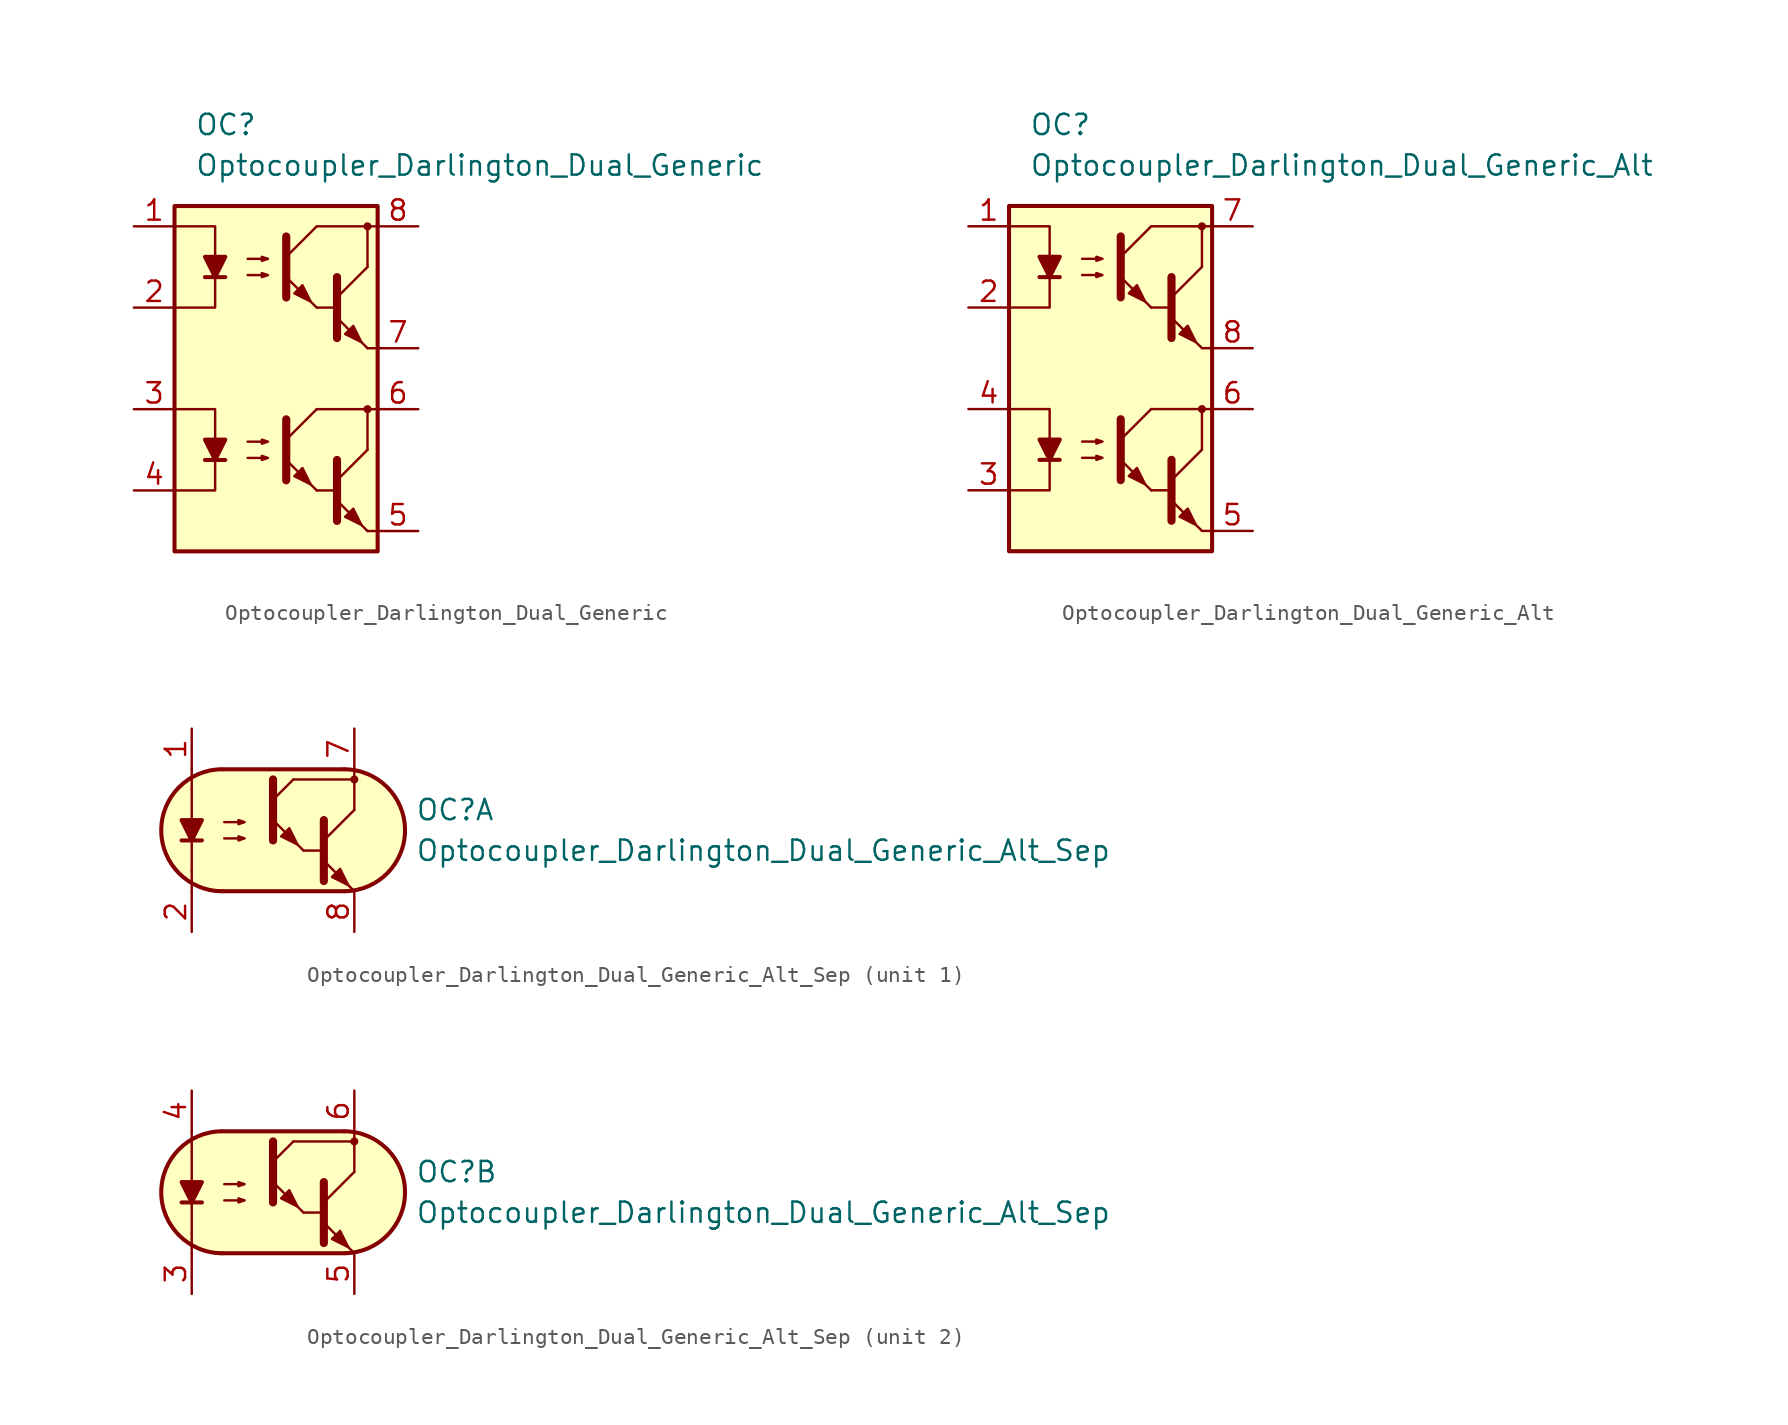
<source format=kicad_sym>
(kicad_symbol_lib
  (version 20211014)
  (generator kicad_symbol_editor)
  (symbol "Optocoupler_Darlington_Dual_Generic"
    (pin_names
      (offset 1.016))
    (property "Reference" "OC"
      (at -3.81 15.24 0)
      (effects (font (size 1.27 1.27)) (justify left)))
    (property "Value" "Optocoupler_Darlington_Dual_Generic"
      (at -3.81 12.7 0)
      (effects (font (size 1.27 1.27)) (justify left)))
    (symbol "Optocoupler_Darlington_Dual_Generic_0_1"
      (rectangle (start -5.08 10.16) (end 7.62 -11.43) (stroke (width 0.254) (type default) (color 0 0 0 0)) (fill (type background)))
      (polyline (pts (xy -3.175 5.715) (xy -1.905 5.715)) (stroke (width 0.254) (type default) (color 0 0 0 0)) (fill (type none)))
      (polyline (pts (xy 3.81 3.81) (xy 5.08 3.81)) (stroke (width 0) (type default) (color 0 0 0 0)) (fill (type none)))
      (polyline (pts (xy 5.08 4.445) (xy 6.985 6.35)) (stroke (width 0) (type default) (color 0 0 0 0)) (fill (type none)))
      (polyline (pts (xy 6.985 1.27) (xy 5.08 3.175)) (stroke (width 0) (type default) (color 0 0 0 0)) (fill (type outline)))
      (polyline (pts (xy 6.985 1.27) (xy 7.62 1.27)) (stroke (width 0) (type default) (color 0 0 0 0)) (fill (type none)))
      (polyline (pts (xy 6.985 6.35) (xy 6.985 8.89)) (stroke (width 0) (type default) (color 0 0 0 0)) (fill (type none)))
      (polyline (pts (xy 7.62 8.89) (xy 3.81 8.89)) (stroke (width 0) (type default) (color 0 0 0 0)) (fill (type none)))
      (polyline (pts (xy -5.08 8.89) (xy -2.54 8.89) (xy -2.54 5.715)) (stroke (width 0) (type default) (color 0 0 0 0)) (fill (type none)))
      (polyline (pts (xy -2.54 5.715) (xy -2.54 3.81) (xy -5.08 3.81)) (stroke (width 0) (type default) (color 0 0 0 0)) (fill (type none)))
      (polyline (pts (xy 5.08 5.715) (xy 5.08 1.905) (xy 5.08 1.905)) (stroke (width 0.508) (type default) (color 0 0 0 0)) (fill (type none)))
      (polyline (pts (xy -2.54 5.715) (xy -3.175 6.985) (xy -1.905 6.985) (xy -2.54 5.715)) (stroke (width 0.254) (type default) (color 0 0 0 0)) (fill (type outline)))
      (polyline (pts (xy -0.508 5.842) (xy 0.762 5.842) (xy 0.381 5.715) (xy 0.381 5.969) (xy 0.762 5.842)) (stroke (width 0) (type default) (color 0 0 0 0)) (fill (type none)))
      (polyline (pts (xy -0.508 6.858) (xy 0.762 6.858) (xy 0.381 6.731) (xy 0.381 6.985) (xy 0.762 6.858)) (stroke (width 0) (type default) (color 0 0 0 0)) (fill (type none)))
      (polyline (pts (xy 5.588 2.159) (xy 6.096 2.667) (xy 6.604 1.651) (xy 5.588 2.159) (xy 5.588 2.159)) (stroke (width 0) (type default) (color 0 0 0 0)) (fill (type outline)))
      (circle (center 6.985 8.89) (radius 0.178) (stroke (width 0) (type default) (color 0 0 0 0)) (fill (type outline))))
    (symbol "Optocoupler_Darlington_Dual_Generic_1_1"
      (polyline (pts (xy -3.175 -5.715) (xy -1.905 -5.715)) (stroke (width 0.254) (type default) (color 0 0 0 0)) (fill (type none)))
      (polyline (pts (xy 1.905 -4.445) (xy 3.81 -2.54)) (stroke (width 0) (type default) (color 0 0 0 0)) (fill (type none)))
      (polyline (pts (xy 1.905 6.985) (xy 3.81 8.89)) (stroke (width 0) (type default) (color 0 0 0 0)) (fill (type none)))
      (polyline (pts (xy 3.81 -7.62) (xy 1.905 -5.715)) (stroke (width 0) (type default) (color 0 0 0 0)) (fill (type outline)))
      (polyline (pts (xy 3.81 -7.62) (xy 5.08 -7.62)) (stroke (width 0) (type default) (color 0 0 0 0)) (fill (type none)))
      (polyline (pts (xy 3.81 3.81) (xy 1.905 5.715)) (stroke (width 0) (type default) (color 0 0 0 0)) (fill (type outline)))
      (polyline (pts (xy 5.08 -6.985) (xy 6.985 -5.08)) (stroke (width 0) (type default) (color 0 0 0 0)) (fill (type none)))
      (polyline (pts (xy 6.985 -10.16) (xy 5.08 -8.255)) (stroke (width 0) (type default) (color 0 0 0 0)) (fill (type outline)))
      (polyline (pts (xy 6.985 -10.16) (xy 7.62 -10.16)) (stroke (width 0) (type default) (color 0 0 0 0)) (fill (type none)))
      (polyline (pts (xy 6.985 -5.08) (xy 6.985 -2.54)) (stroke (width 0) (type default) (color 0 0 0 0)) (fill (type none)))
      (polyline (pts (xy 7.62 -2.54) (xy 3.81 -2.54)) (stroke (width 0) (type default) (color 0 0 0 0)) (fill (type none)))
      (polyline (pts (xy -5.08 -2.54) (xy -2.54 -2.54) (xy -2.54 -5.715)) (stroke (width 0) (type default) (color 0 0 0 0)) (fill (type none)))
      (polyline (pts (xy -2.54 -5.715) (xy -2.54 -7.62) (xy -5.08 -7.62)) (stroke (width 0) (type default) (color 0 0 0 0)) (fill (type none)))
      (polyline (pts (xy 1.905 -3.175) (xy 1.905 -6.985) (xy 1.905 -6.985)) (stroke (width 0.508) (type default) (color 0 0 0 0)) (fill (type none)))
      (polyline (pts (xy 1.905 8.255) (xy 1.905 4.445) (xy 1.905 4.445)) (stroke (width 0.508) (type default) (color 0 0 0 0)) (fill (type none)))
      (polyline (pts (xy 5.08 -5.715) (xy 5.08 -9.525) (xy 5.08 -9.525)) (stroke (width 0.508) (type default) (color 0 0 0 0)) (fill (type none)))
      (polyline (pts (xy -2.54 -5.715) (xy -3.175 -4.445) (xy -1.905 -4.445) (xy -2.54 -5.715)) (stroke (width 0.254) (type default) (color 0 0 0 0)) (fill (type outline)))
      (polyline (pts (xy -0.508 -5.588) (xy 0.762 -5.588) (xy 0.381 -5.715) (xy 0.381 -5.461) (xy 0.762 -5.588)) (stroke (width 0) (type default) (color 0 0 0 0)) (fill (type none)))
      (polyline (pts (xy -0.508 -4.572) (xy 0.762 -4.572) (xy 0.381 -4.699) (xy 0.381 -4.445) (xy 0.762 -4.572)) (stroke (width 0) (type default) (color 0 0 0 0)) (fill (type none)))
      (polyline (pts (xy 2.413 -6.731) (xy 2.921 -6.223) (xy 3.429 -7.239) (xy 2.413 -6.731) (xy 2.413 -6.731)) (stroke (width 0) (type default) (color 0 0 0 0)) (fill (type outline)))
      (polyline (pts (xy 2.413 4.699) (xy 2.921 5.207) (xy 3.429 4.191) (xy 2.413 4.699) (xy 2.413 4.699)) (stroke (width 0) (type default) (color 0 0 0 0)) (fill (type outline)))
      (polyline (pts (xy 5.588 -9.271) (xy 6.096 -8.763) (xy 6.604 -9.779) (xy 5.588 -9.271) (xy 5.588 -9.271)) (stroke (width 0) (type default) (color 0 0 0 0)) (fill (type outline)))
      (circle (center 6.985 -2.54) (radius 0.178) (stroke (width 0) (type default) (color 0 0 0 0)) (fill (type outline)))
      (pin passive line (at -7.62 8.89 0) (length 2.54) (name "~" (effects (font (size 1.27 1.27)))) (number "1" (effects (font (size 1.27 1.27)))))
      (pin passive line (at -7.62 3.81 0) (length 2.54) (name "~" (effects (font (size 1.27 1.27)))) (number "2" (effects (font (size 1.27 1.27)))))
      (pin passive line (at -7.62 -2.54 0) (length 2.54) (name "~" (effects (font (size 1.27 1.27)))) (number "3" (effects (font (size 1.27 1.27)))))
      (pin passive line (at -7.62 -7.62 0) (length 2.54) (name "~" (effects (font (size 1.27 1.27)))) (number "4" (effects (font (size 1.27 1.27)))))
      (pin passive line (at 10.16 -10.16 180) (length 2.54) (name "~" (effects (font (size 1.27 1.27)))) (number "5" (effects (font (size 1.27 1.27)))))
      (pin passive line (at 10.16 -2.54 180) (length 2.54) (name "~" (effects (font (size 1.27 1.27)))) (number "6" (effects (font (size 1.27 1.27)))))
      (pin passive line (at 10.16 1.27 180) (length 2.54) (name "~" (effects (font (size 1.27 1.27)))) (number "7" (effects (font (size 1.27 1.27)))))
      (pin passive line (at 10.16 8.89 180) (length 2.54) (name "~" (effects (font (size 1.27 1.27)))) (number "8" (effects (font (size 1.27 1.27)))))))
  (symbol "Optocoupler_Darlington_Dual_Generic_Alt"
    (pin_names
      (offset 1.016))
    (property "Reference" "OC"
      (at -3.81 15.24 0)
      (effects (font (size 1.27 1.27)) (justify left)))
    (property "Value" "Optocoupler_Darlington_Dual_Generic_Alt"
      (at -3.81 12.7 0)
      (effects (font (size 1.27 1.27)) (justify left)))
    (symbol "Optocoupler_Darlington_Dual_Generic_Alt_0_1"
      (rectangle (start -5.08 10.16) (end 7.62 -11.43) (stroke (width 0.254) (type default) (color 0 0 0 0)) (fill (type background)))
      (polyline (pts (xy -3.175 5.715) (xy -1.905 5.715)) (stroke (width 0.254) (type default) (color 0 0 0 0)) (fill (type none)))
      (polyline (pts (xy 3.81 3.81) (xy 5.08 3.81)) (stroke (width 0) (type default) (color 0 0 0 0)) (fill (type none)))
      (polyline (pts (xy 5.08 4.445) (xy 6.985 6.35)) (stroke (width 0) (type default) (color 0 0 0 0)) (fill (type none)))
      (polyline (pts (xy 6.985 1.27) (xy 5.08 3.175)) (stroke (width 0) (type default) (color 0 0 0 0)) (fill (type outline)))
      (polyline (pts (xy 6.985 1.27) (xy 7.62 1.27)) (stroke (width 0) (type default) (color 0 0 0 0)) (fill (type none)))
      (polyline (pts (xy 6.985 6.35) (xy 6.985 8.89)) (stroke (width 0) (type default) (color 0 0 0 0)) (fill (type none)))
      (polyline (pts (xy 7.62 8.89) (xy 3.81 8.89)) (stroke (width 0) (type default) (color 0 0 0 0)) (fill (type none)))
      (polyline (pts (xy -5.08 8.89) (xy -2.54 8.89) (xy -2.54 5.715)) (stroke (width 0) (type default) (color 0 0 0 0)) (fill (type none)))
      (polyline (pts (xy -2.54 5.715) (xy -2.54 3.81) (xy -5.08 3.81)) (stroke (width 0) (type default) (color 0 0 0 0)) (fill (type none)))
      (polyline (pts (xy 5.08 5.715) (xy 5.08 1.905) (xy 5.08 1.905)) (stroke (width 0.508) (type default) (color 0 0 0 0)) (fill (type none)))
      (polyline (pts (xy -2.54 5.715) (xy -3.175 6.985) (xy -1.905 6.985) (xy -2.54 5.715)) (stroke (width 0.254) (type default) (color 0 0 0 0)) (fill (type outline)))
      (polyline (pts (xy -0.508 5.842) (xy 0.762 5.842) (xy 0.381 5.715) (xy 0.381 5.969) (xy 0.762 5.842)) (stroke (width 0) (type default) (color 0 0 0 0)) (fill (type none)))
      (polyline (pts (xy -0.508 6.858) (xy 0.762 6.858) (xy 0.381 6.731) (xy 0.381 6.985) (xy 0.762 6.858)) (stroke (width 0) (type default) (color 0 0 0 0)) (fill (type none)))
      (polyline (pts (xy 5.588 2.159) (xy 6.096 2.667) (xy 6.604 1.651) (xy 5.588 2.159) (xy 5.588 2.159)) (stroke (width 0) (type default) (color 0 0 0 0)) (fill (type outline)))
      (circle (center 6.985 8.89) (radius 0.178) (stroke (width 0) (type default) (color 0 0 0 0)) (fill (type outline))))
    (symbol "Optocoupler_Darlington_Dual_Generic_Alt_1_1"
      (polyline (pts (xy -3.175 -5.715) (xy -1.905 -5.715)) (stroke (width 0.254) (type default) (color 0 0 0 0)) (fill (type none)))
      (polyline (pts (xy 1.905 -4.445) (xy 3.81 -2.54)) (stroke (width 0) (type default) (color 0 0 0 0)) (fill (type none)))
      (polyline (pts (xy 1.905 6.985) (xy 3.81 8.89)) (stroke (width 0) (type default) (color 0 0 0 0)) (fill (type none)))
      (polyline (pts (xy 3.81 -7.62) (xy 1.905 -5.715)) (stroke (width 0) (type default) (color 0 0 0 0)) (fill (type outline)))
      (polyline (pts (xy 3.81 -7.62) (xy 5.08 -7.62)) (stroke (width 0) (type default) (color 0 0 0 0)) (fill (type none)))
      (polyline (pts (xy 3.81 3.81) (xy 1.905 5.715)) (stroke (width 0) (type default) (color 0 0 0 0)) (fill (type outline)))
      (polyline (pts (xy 5.08 -6.985) (xy 6.985 -5.08)) (stroke (width 0) (type default) (color 0 0 0 0)) (fill (type none)))
      (polyline (pts (xy 6.985 -10.16) (xy 5.08 -8.255)) (stroke (width 0) (type default) (color 0 0 0 0)) (fill (type outline)))
      (polyline (pts (xy 6.985 -10.16) (xy 7.62 -10.16)) (stroke (width 0) (type default) (color 0 0 0 0)) (fill (type none)))
      (polyline (pts (xy 6.985 -5.08) (xy 6.985 -2.54)) (stroke (width 0) (type default) (color 0 0 0 0)) (fill (type none)))
      (polyline (pts (xy 7.62 -2.54) (xy 3.81 -2.54)) (stroke (width 0) (type default) (color 0 0 0 0)) (fill (type none)))
      (polyline (pts (xy -5.08 -2.54) (xy -2.54 -2.54) (xy -2.54 -5.715)) (stroke (width 0) (type default) (color 0 0 0 0)) (fill (type none)))
      (polyline (pts (xy -2.54 -5.715) (xy -2.54 -7.62) (xy -5.08 -7.62)) (stroke (width 0) (type default) (color 0 0 0 0)) (fill (type none)))
      (polyline (pts (xy 1.905 -3.175) (xy 1.905 -6.985) (xy 1.905 -6.985)) (stroke (width 0.508) (type default) (color 0 0 0 0)) (fill (type none)))
      (polyline (pts (xy 1.905 8.255) (xy 1.905 4.445) (xy 1.905 4.445)) (stroke (width 0.508) (type default) (color 0 0 0 0)) (fill (type none)))
      (polyline (pts (xy 5.08 -5.715) (xy 5.08 -9.525) (xy 5.08 -9.525)) (stroke (width 0.508) (type default) (color 0 0 0 0)) (fill (type none)))
      (polyline (pts (xy -2.54 -5.715) (xy -3.175 -4.445) (xy -1.905 -4.445) (xy -2.54 -5.715)) (stroke (width 0.254) (type default) (color 0 0 0 0)) (fill (type outline)))
      (polyline (pts (xy -0.508 -5.588) (xy 0.762 -5.588) (xy 0.381 -5.715) (xy 0.381 -5.461) (xy 0.762 -5.588)) (stroke (width 0) (type default) (color 0 0 0 0)) (fill (type none)))
      (polyline (pts (xy -0.508 -4.572) (xy 0.762 -4.572) (xy 0.381 -4.699) (xy 0.381 -4.445) (xy 0.762 -4.572)) (stroke (width 0) (type default) (color 0 0 0 0)) (fill (type none)))
      (polyline (pts (xy 2.413 -6.731) (xy 2.921 -6.223) (xy 3.429 -7.239) (xy 2.413 -6.731) (xy 2.413 -6.731)) (stroke (width 0) (type default) (color 0 0 0 0)) (fill (type outline)))
      (polyline (pts (xy 2.413 4.699) (xy 2.921 5.207) (xy 3.429 4.191) (xy 2.413 4.699) (xy 2.413 4.699)) (stroke (width 0) (type default) (color 0 0 0 0)) (fill (type outline)))
      (polyline (pts (xy 5.588 -9.271) (xy 6.096 -8.763) (xy 6.604 -9.779) (xy 5.588 -9.271) (xy 5.588 -9.271)) (stroke (width 0) (type default) (color 0 0 0 0)) (fill (type outline)))
      (circle (center 6.985 -2.54) (radius 0.178) (stroke (width 0) (type default) (color 0 0 0 0)) (fill (type outline)))
      (pin passive line (at -7.62 8.89 0) (length 2.54) (name "~" (effects (font (size 1.27 1.27)))) (number "1" (effects (font (size 1.27 1.27)))))
      (pin passive line (at -7.62 3.81 0) (length 2.54) (name "~" (effects (font (size 1.27 1.27)))) (number "2" (effects (font (size 1.27 1.27)))))
      (pin passive line (at -7.62 -7.62 0) (length 2.54) (name "~" (effects (font (size 1.27 1.27)))) (number "3" (effects (font (size 1.27 1.27)))))
      (pin passive line (at -7.62 -2.54 0) (length 2.54) (name "~" (effects (font (size 1.27 1.27)))) (number "4" (effects (font (size 1.27 1.27)))))
      (pin passive line (at 10.16 -10.16 180) (length 2.54) (name "~" (effects (font (size 1.27 1.27)))) (number "5" (effects (font (size 1.27 1.27)))))
      (pin passive line (at 10.16 -2.54 180) (length 2.54) (name "~" (effects (font (size 1.27 1.27)))) (number "6" (effects (font (size 1.27 1.27)))))
      (pin passive line (at 10.16 8.89 180) (length 2.54) (name "~" (effects (font (size 1.27 1.27)))) (number "7" (effects (font (size 1.27 1.27)))))
      (pin passive line (at 10.16 1.27 180) (length 2.54) (name "~" (effects (font (size 1.27 1.27)))) (number "8" (effects (font (size 1.27 1.27)))))))
  (symbol "Optocoupler_Darlington_Dual_Generic_Alt_Sep"
    (pin_names
      (offset 1.016))
    (property "Reference" "OC"
      (at 8.89 1.27 0)
      (effects (font (size 1.27 1.27)) (justify left)))
    (property "Value" "Optocoupler_Darlington_Dual_Generic_Alt_Sep"
      (at 8.89 -1.27 0)
      (effects (font (size 1.27 1.27)) (justify left)))
    (property "ki_locked" ""
      (at 0 0 0)
      (effects (font (size 1.27 1.27))))
    (symbol "Optocoupler_Darlington_Dual_Generic_Alt_Sep_0_1"
      (arc (start -3.2135 3.8099) (mid -6.9851 -0.016) (end -3.1816 -3.8101) (stroke (width 0.254) (type default) (color 0 0 0 0)) (fill (type none)))
      (polyline (pts (xy -5.08 -2.54) (xy -5.08 -3.81)) (stroke (width 0.152) (type default) (color 0 0 0 0)) (fill (type none)))
      (polyline (pts (xy -5.08 -2.54) (xy -5.08 2.54)) (stroke (width 0.152) (type default) (color 0 0 0 0)) (fill (type none)))
      (polyline (pts (xy -5.08 2.54) (xy -5.08 3.81)) (stroke (width 0.152) (type default) (color 0 0 0 0)) (fill (type none)))
      (polyline (pts (xy -3.175 -3.81) (xy 4.445 -3.81)) (stroke (width 0.254) (type default) (color 0 0 0 0)) (fill (type none)))
      (polyline (pts (xy 1.27 3.175) (xy 5.08 3.175)) (stroke (width 0.152) (type default) (color 0 0 0 0)) (fill (type none)))
      (polyline (pts (xy 1.905 -1.27) (xy 3.175 -1.27)) (stroke (width 0) (type default) (color 0 0 0 0)) (fill (type none)))
      (polyline (pts (xy 3.175 -0.635) (xy 5.08 1.27)) (stroke (width 0) (type default) (color 0 0 0 0)) (fill (type none)))
      (polyline (pts (xy 4.445 3.81) (xy -3.175 3.81)) (stroke (width 0.254) (type default) (color 0 0 0 0)) (fill (type none)))
      (polyline (pts (xy 5.08 -3.81) (xy 3.175 -1.905)) (stroke (width 0) (type default) (color 0 0 0 0)) (fill (type outline)))
      (polyline (pts (xy 5.08 1.27) (xy 5.08 3.81)) (stroke (width 0.152) (type default) (color 0 0 0 0)) (fill (type none)))
      (polyline (pts (xy 3.175 0.635) (xy 3.175 -3.175) (xy 3.175 -3.175)) (stroke (width 0.508) (type default) (color 0 0 0 0)) (fill (type none)))
      (polyline (pts (xy -3.048 -0.508) (xy -1.778 -0.508) (xy -2.159 -0.635) (xy -2.159 -0.381) (xy -1.778 -0.508)) (stroke (width 0) (type default) (color 0 0 0 0)) (fill (type none)))
      (polyline (pts (xy -3.048 0.508) (xy -1.778 0.508) (xy -2.159 0.381) (xy -2.159 0.635) (xy -1.778 0.508)) (stroke (width 0) (type default) (color 0 0 0 0)) (fill (type none)))
      (polyline (pts (xy 3.683 -2.921) (xy 4.191 -2.413) (xy 4.699 -3.429) (xy 3.683 -2.921) (xy 3.683 -2.921)) (stroke (width 0) (type default) (color 0 0 0 0)) (fill (type outline)))
      (polyline (pts (xy 4.445 3.81) (xy -2.921 3.81) (xy -3.302 3.81) (xy -3.556 3.81) (xy -4.191 3.683) (xy -4.826 3.429) (xy -5.334 3.175) (xy -6.223 2.286) (xy -6.858 1.016) (xy -6.985 -0.127) (xy -6.731 -1.27) (xy -6.096 -2.413) (xy -5.08 -3.302) (xy -3.556 -3.81) (xy 4.826 -3.81) (xy 5.842 -3.556) (xy 6.858 -2.921) (xy 7.62 -2.159) (xy 8.001 -1.397) (xy 8.255 -0.127) (xy 8.128 0.889) (xy 7.874 1.651) (xy 7.493 2.286) (xy 6.985 2.794) (xy 6.35 3.302) (xy 5.461 3.683) (xy 4.445 3.81)) (stroke (width 0.01) (type default) (color 0 0 0 0)) (fill (type background)))
      (arc (start 4.4769 -3.81) (mid 8.2485 0.0159) (end 4.445 3.81) (stroke (width 0.254) (type default) (color 0 0 0 0)) (fill (type none))))
    (symbol "Optocoupler_Darlington_Dual_Generic_Alt_Sep_1_1"
      (polyline (pts (xy -5.715 -0.635) (xy -4.445 -0.635)) (stroke (width 0.254) (type default) (color 0 0 0 0)) (fill (type none)))
      (polyline (pts (xy 0 1.905) (xy 1.27 3.175)) (stroke (width 0) (type default) (color 0 0 0 0)) (fill (type none)))
      (polyline (pts (xy 1.905 -1.27) (xy 0 0.635)) (stroke (width 0) (type default) (color 0 0 0 0)) (fill (type outline)))
      (polyline (pts (xy 0 3.175) (xy 0 -0.635) (xy 0 -0.635)) (stroke (width 0.508) (type default) (color 0 0 0 0)) (fill (type none)))
      (polyline (pts (xy -5.08 -0.635) (xy -5.715 0.635) (xy -4.445 0.635) (xy -5.08 -0.635)) (stroke (width 0.254) (type default) (color 0 0 0 0)) (fill (type outline)))
      (polyline (pts (xy 0.508 -0.381) (xy 1.016 0.127) (xy 1.524 -0.889) (xy 0.508 -0.381) (xy 0.508 -0.381)) (stroke (width 0) (type default) (color 0 0 0 0)) (fill (type outline)))
      (circle (center 5.08 3.175) (radius 0.178) (stroke (width 0) (type default) (color 0 0 0 0)) (fill (type outline)))
      (pin passive line (at -5.08 6.35 270) (length 2.54) (name "~" (effects (font (size 1.27 1.27)))) (number "1" (effects (font (size 1.27 1.27)))))
      (pin passive line (at -5.08 -6.35 90) (length 2.54) (name "~" (effects (font (size 1.27 1.27)))) (number "2" (effects (font (size 1.27 1.27)))))
      (pin passive line (at 5.08 6.35 270) (length 2.54) (name "~" (effects (font (size 1.27 1.27)))) (number "7" (effects (font (size 1.27 1.27)))))
      (pin passive line (at 5.08 -6.35 90) (length 2.54) (name "~" (effects (font (size 1.27 1.27)))) (number "8" (effects (font (size 1.27 1.27))))))
    (symbol "Optocoupler_Darlington_Dual_Generic_Alt_Sep_2_1"
      (polyline (pts (xy -5.715 -0.635) (xy -4.445 -0.635)) (stroke (width 0.254) (type default) (color 0 0 0 0)) (fill (type none)))
      (polyline (pts (xy 0 1.905) (xy 1.27 3.175)) (stroke (width 0) (type default) (color 0 0 0 0)) (fill (type none)))
      (polyline (pts (xy 1.905 -1.27) (xy 0 0.635)) (stroke (width 0) (type default) (color 0 0 0 0)) (fill (type outline)))
      (polyline (pts (xy 0 3.175) (xy 0 -0.635) (xy 0 -0.635)) (stroke (width 0.508) (type default) (color 0 0 0 0)) (fill (type none)))
      (polyline (pts (xy -5.08 -0.635) (xy -5.715 0.635) (xy -4.445 0.635) (xy -5.08 -0.635)) (stroke (width 0.254) (type default) (color 0 0 0 0)) (fill (type outline)))
      (polyline (pts (xy 0.508 -0.381) (xy 1.016 0.127) (xy 1.524 -0.889) (xy 0.508 -0.381) (xy 0.508 -0.381)) (stroke (width 0) (type default) (color 0 0 0 0)) (fill (type outline)))
      (circle (center 5.08 3.175) (radius 0.178) (stroke (width 0) (type default) (color 0 0 0 0)) (fill (type outline)))
      (pin passive line (at -5.08 -6.35 90) (length 2.54) (name "~" (effects (font (size 1.27 1.27)))) (number "3" (effects (font (size 1.27 1.27)))))
      (pin passive line (at -5.08 6.35 270) (length 2.54) (name "~" (effects (font (size 1.27 1.27)))) (number "4" (effects (font (size 1.27 1.27)))))
      (pin passive line (at 5.08 -6.35 90) (length 2.54) (name "~" (effects (font (size 1.27 1.27)))) (number "5" (effects (font (size 1.27 1.27)))))
      (pin passive line (at 5.08 6.35 270) (length 2.54) (name "~" (effects (font (size 1.27 1.27)))) (number "6" (effects (font (size 1.27 1.27))))))))
</source>
